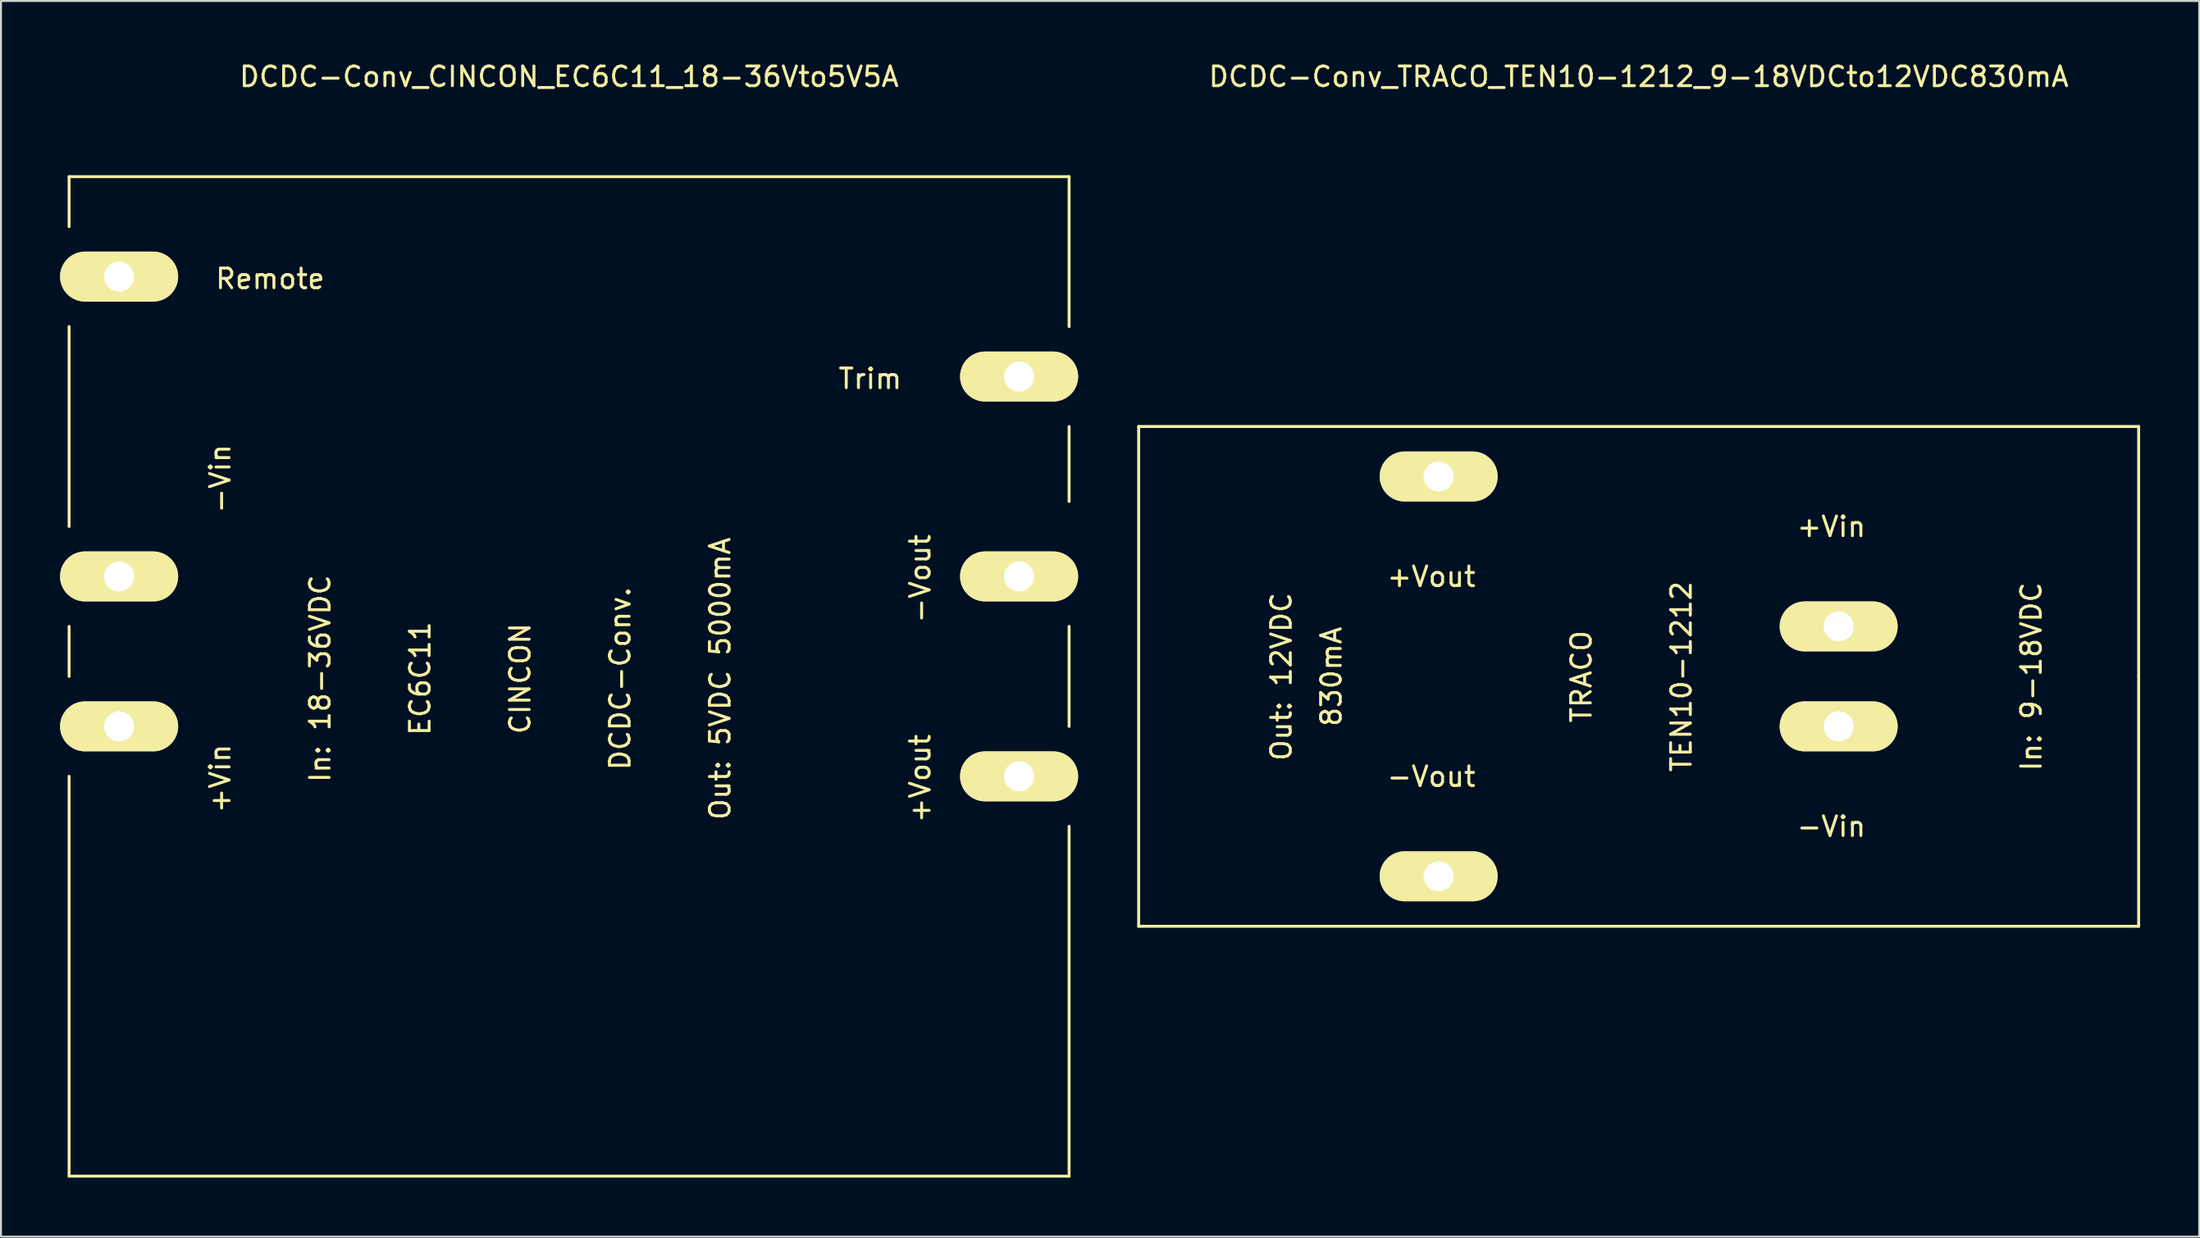
<source format=kicad_pcb>
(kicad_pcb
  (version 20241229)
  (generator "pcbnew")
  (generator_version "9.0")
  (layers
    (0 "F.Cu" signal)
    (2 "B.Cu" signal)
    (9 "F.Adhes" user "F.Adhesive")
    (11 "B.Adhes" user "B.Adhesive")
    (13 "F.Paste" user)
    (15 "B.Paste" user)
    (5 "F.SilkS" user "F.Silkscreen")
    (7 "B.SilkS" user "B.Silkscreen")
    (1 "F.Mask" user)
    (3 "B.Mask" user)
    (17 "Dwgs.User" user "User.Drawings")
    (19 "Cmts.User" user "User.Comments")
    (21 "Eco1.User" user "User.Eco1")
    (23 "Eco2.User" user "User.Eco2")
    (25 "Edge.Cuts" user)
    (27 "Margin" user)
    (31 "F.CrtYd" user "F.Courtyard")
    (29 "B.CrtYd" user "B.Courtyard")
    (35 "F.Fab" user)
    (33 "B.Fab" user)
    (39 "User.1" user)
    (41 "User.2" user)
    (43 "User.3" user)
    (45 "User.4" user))
  (footprint "DCDC-Conv_TRACO_TEN10-1212_9-18VDCto12VDC830mA"
    (layer "F.Cu")
    (at 80.194 31.328)
    (property "Reference" "DCDC-Conv_TRACO_TEN10-1212_9-18VDCto12VDC830mA" (at 0 -30.48 0) (layer "F.SilkS") (effects (font (size 1 1) (thickness 0.15))))
    (attr through_hole)
    (fp_line (start -25.4 -12.7) (end -25.4 12.7) (stroke (width 0.15) (type solid)) (layer "F.SilkS"))
    (fp_line (start -25.4 12.7) (end 25.4 12.7) (stroke (width 0.15) (type solid)) (layer "F.SilkS"))
    (fp_line (start 25.4 -12.7) (end -25.4 -12.7) (stroke (width 0.15) (type solid)) (layer "F.SilkS"))
    (fp_line (start 25.4 0) (end 25.4 -12.7) (stroke (width 0.15) (type solid)) (layer "F.SilkS"))
    (fp_line (start 25.4 12.7) (end 25.4 0) (stroke (width 0.15) (type solid)) (layer "F.SilkS"))
    (fp_text user "+Vin" (at 9.788 -7.608 180) (layer "F.SilkS") (effects (font (size 1 1) (thickness 0.15))))
    (fp_text user "TRACO" (at -2.912 0.012 90) (layer "F.SilkS") (effects (font (size 1 1) (thickness 0.15))))
    (fp_text user "+Vout" (at -10.532 -5.068 180) (layer "F.SilkS") (effects (font (size 1 1) (thickness 0.15))))
    (fp_text user "830mA" (at -15.612 0.012 90) (layer "F.SilkS") (effects (font (size 1 1) (thickness 0.15))))
    (fp_text user "In: 9-18VDC" (at 19.948 0.012 90) (layer "F.SilkS") (effects (font (size 1 1) (thickness 0.15))))
    (fp_text user "TEN10-1212" (at 2.168 0.012 90) (layer "F.SilkS") (effects (font (size 1 1) (thickness 0.15))))
    (fp_text user "-Vout" (at -10.532 5.092 180) (layer "F.SilkS") (effects (font (size 1 1) (thickness 0.15))))
    (fp_text user "Out: 12VDC" (at -18.152 0.012 90) (layer "F.SilkS") (effects (font (size 1 1) (thickness 0.15))))
    (fp_text user "-Vin" (at 9.788 7.632 180) (layer "F.SilkS") (effects (font (size 1 1) (thickness 0.15))))
    (pad "1" thru_hole oval (at 10.16 -2.54) (size 5.994 2.54) (drill 1.524) (layers "*.Cu" "*.Mask" "F.SilkS"))
    (pad "2" thru_hole oval (at 10.16 2.54) (size 5.994 2.54) (drill 1.524) (layers "*.Cu" "*.Mask" "F.SilkS"))
    (pad "3" thru_hole oval (at -10.16 -10.16) (size 5.994 2.54) (drill 1.524) (layers "*.Cu" "*.Mask" "F.SilkS"))
    (pad "5" thru_hole oval (at -10.16 10.16) (size 5.994 2.54) (drill 1.524) (layers "*.Cu" "*.Mask" "F.SilkS")))
  (footprint "DCDC-Conv_CINCON_EC6C11_18-36Vto5V5A"
    (layer "F.Cu")
    (at 25.86 31.328)
    (property "Reference" "DCDC-Conv_CINCON_EC6C11_18-36Vto5V5A" (at 0 -30.48 0) (layer "F.SilkS") (effects (font (size 1 1) (thickness 0.15))))
    (attr through_hole)
    (fp_line (start -25.4 -25.4) (end 25.4 -25.4) (stroke (width 0.15) (type solid)) (layer "F.SilkS"))
    (fp_line (start -25.4 -22.86) (end -25.4 -25.4) (stroke (width 0.15) (type solid)) (layer "F.SilkS"))
    (fp_line (start -25.4 -7.62) (end -25.4 -17.78) (stroke (width 0.15) (type solid)) (layer "F.SilkS"))
    (fp_line (start -25.4 0) (end -25.4 -2.54) (stroke (width 0.15) (type solid)) (layer "F.SilkS"))
    (fp_line (start -25.4 25.4) (end -25.4 5.08) (stroke (width 0.15) (type solid)) (layer "F.SilkS"))
    (fp_line (start 25.4 -17.78) (end 25.4 -25.4) (stroke (width 0.15) (type solid)) (layer "F.SilkS"))
    (fp_line (start 25.4 -8.89) (end 25.4 -12.7) (stroke (width 0.15) (type solid)) (layer "F.SilkS"))
    (fp_line (start 25.4 2.54) (end 25.4 -2.54) (stroke (width 0.15) (type solid)) (layer "F.SilkS"))
    (fp_line (start 25.4 25.4) (end -25.4 25.4) (stroke (width 0.15) (type solid)) (layer "F.SilkS"))
    (fp_line (start 25.4 25.4) (end 25.4 7.62) (stroke (width 0.15) (type solid)) (layer "F.SilkS"))
    (fp_text user "+Vin" (at -17.726 5.191 270) (layer "F.SilkS") (effects (font (size 1 1) (thickness 0.15))))
    (fp_text user "CINCON" (at -2.486 0.111 270) (layer "F.SilkS") (effects (font (size 1 1) (thickness 0.15))))
    (fp_text user "+Vout" (at 17.834 5.191 270) (layer "F.SilkS") (effects (font (size 1 1) (thickness 0.15))))
    (fp_text user "DCDC-Conv." (at 2.594 0.111 270) (layer "F.SilkS") (effects (font (size 1 1) (thickness 0.15))))
    (fp_text user "Remote" (at -15.186 -20.209 0) (layer "F.SilkS") (effects (font (size 1 1) (thickness 0.15))))
    (fp_text user "Out: 5VDC 5000mA" (at 7.674 0.111 270) (layer "F.SilkS") (effects (font (size 1 1) (thickness 0.15))))
    (fp_text user "Trim" (at 15.294 -15.129 0) (layer "F.SilkS") (effects (font (size 1 1) (thickness 0.15))))
    (fp_text user "In: 18-36VDC" (at -12.646 0.111 270) (layer "F.SilkS") (effects (font (size 1 1) (thickness 0.15))))
    (fp_text user "-Vin" (at -17.726 -10.049 270) (layer "F.SilkS") (effects (font (size 1 1) (thickness 0.15))))
    (fp_text user "EC6C11" (at -7.566 0.111 270) (layer "F.SilkS") (effects (font (size 1 1) (thickness 0.15))))
    (fp_text user "-Vout" (at 17.834 -4.969 270) (layer "F.SilkS") (effects (font (size 1 1) (thickness 0.15))))
    (pad "1" thru_hole oval (at -22.86 -20.32) (size 5.999 2.54) (drill 1.524) (layers "*.Cu" "*.Mask" "F.SilkS"))
    (pad "3" thru_hole oval (at -22.86 -5.08) (size 5.999 2.54) (drill 1.524) (layers "*.Cu" "*.Mask" "F.SilkS"))
    (pad "4" thru_hole oval (at -22.86 2.54) (size 5.999 2.54) (drill 1.524) (layers "*.Cu" "*.Mask" "F.SilkS"))
    (pad "5" thru_hole oval (at 22.86 -15.24) (size 5.999 2.54) (drill 1.524) (layers "*.Cu" "*.Mask" "F.SilkS"))
    (pad "6" thru_hole oval (at 22.86 -5.08) (size 5.999 2.54) (drill 1.524) (layers "*.Cu" "*.Mask" "F.SilkS"))
    (pad "7" thru_hole oval (at 22.86 5.08) (size 5.999 2.54) (drill 1.524) (layers "*.Cu" "*.Mask" "F.SilkS")))
  (gr_rect
    (start -3 -3)
    (end 108.669 59.803)
    (stroke (width 0.1) (type default))
    (fill no)
    (layer "Edge.Cuts")))
</source>
